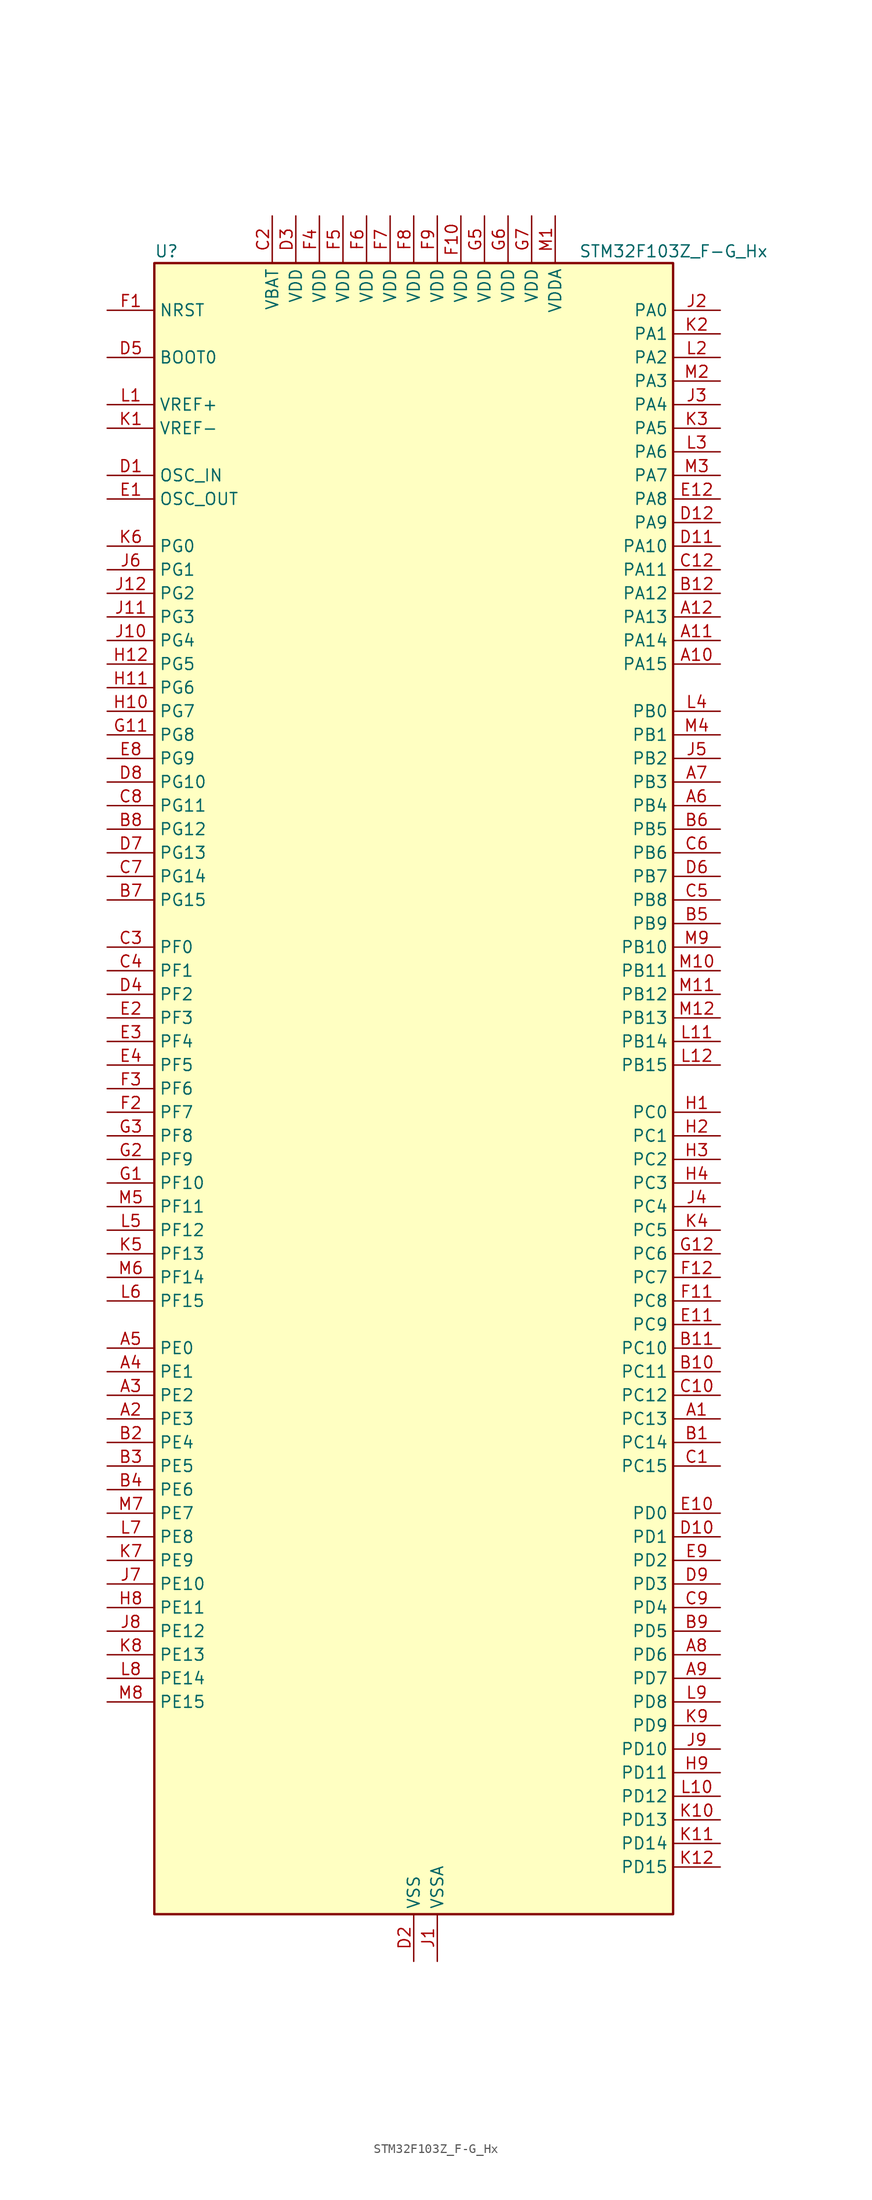
<source format=kicad_sym>
(kicad_symbol_lib
  (version 20241209)
  (generator "kicad_symbol_editor")
  (generator_version "9.0")
  (symbol "STM32F103Z_F-G_Hx"
    (property "Reference" "U"
      (at -27.94 90.17 0)
      (effects (font (size 1.27 1.27)) (justify left)))
    (property "Value" "STM32F103Z_F-G_Hx"
      (at 17.78 90.17 0)
      (effects (font (size 1.27 1.27)) (justify left)))
    (symbol "STM32F103Z_F-G_Hx_0_1"
      (rectangle (start -27.94 -88.9) (end 27.94 88.9) (stroke (width 0.254) (type default)) (fill (type background))))
    (symbol "STM32F103Z_F-G_Hx_1_1"
      (pin input line (at -33.02 83.82 0) (length 5.08) (name "NRST" (effects (font (size 1.27 1.27)))) (number "F1" (effects (font (size 1.27 1.27)))))
      (pin input line (at -33.02 78.74 0) (length 5.08) (name "BOOT0" (effects (font (size 1.27 1.27)))) (number "D5" (effects (font (size 1.27 1.27)))))
      (pin input line (at -33.02 73.66 0) (length 5.08) (name "VREF+" (effects (font (size 1.27 1.27)))) (number "L1" (effects (font (size 1.27 1.27)))))
      (pin input line (at -33.02 71.12 0) (length 5.08) (name "VREF-" (effects (font (size 1.27 1.27)))) (number "K1" (effects (font (size 1.27 1.27)))))
      (pin input line (at -33.02 66.04 0) (length 5.08) (name "OSC_IN" (effects (font (size 1.27 1.27)))) (number "D1" (effects (font (size 1.27 1.27)))) (alternate "RCC_OSC_IN" bidirectional line))
      (pin input line (at -33.02 63.5 0) (length 5.08) (name "OSC_OUT" (effects (font (size 1.27 1.27)))) (number "E1" (effects (font (size 1.27 1.27)))) (alternate "RCC_OSC_OUT" bidirectional line))
      (pin bidirectional line (at -33.02 58.42 0) (length 5.08) (name "PG0" (effects (font (size 1.27 1.27)))) (number "K6" (effects (font (size 1.27 1.27)))) (alternate "FSMC_A10" bidirectional line))
      (pin bidirectional line (at -33.02 55.88 0) (length 5.08) (name "PG1" (effects (font (size 1.27 1.27)))) (number "J6" (effects (font (size 1.27 1.27)))) (alternate "FSMC_A11" bidirectional line))
      (pin bidirectional line (at -33.02 53.34 0) (length 5.08) (name "PG2" (effects (font (size 1.27 1.27)))) (number "J12" (effects (font (size 1.27 1.27)))) (alternate "FSMC_A12" bidirectional line))
      (pin bidirectional line (at -33.02 50.8 0) (length 5.08) (name "PG3" (effects (font (size 1.27 1.27)))) (number "J11" (effects (font (size 1.27 1.27)))) (alternate "FSMC_A13" bidirectional line))
      (pin bidirectional line (at -33.02 48.26 0) (length 5.08) (name "PG4" (effects (font (size 1.27 1.27)))) (number "J10" (effects (font (size 1.27 1.27)))) (alternate "FSMC_A14" bidirectional line))
      (pin bidirectional line (at -33.02 45.72 0) (length 5.08) (name "PG5" (effects (font (size 1.27 1.27)))) (number "H12" (effects (font (size 1.27 1.27)))) (alternate "FSMC_A15" bidirectional line))
      (pin bidirectional line (at -33.02 43.18 0) (length 5.08) (name "PG6" (effects (font (size 1.27 1.27)))) (number "H11" (effects (font (size 1.27 1.27)))) (alternate "FSMC_INT2" bidirectional line))
      (pin bidirectional line (at -33.02 40.64 0) (length 5.08) (name "PG7" (effects (font (size 1.27 1.27)))) (number "H10" (effects (font (size 1.27 1.27)))) (alternate "FSMC_INT3" bidirectional line))
      (pin bidirectional line (at -33.02 38.1 0) (length 5.08) (name "PG8" (effects (font (size 1.27 1.27)))) (number "G11" (effects (font (size 1.27 1.27)))))
      (pin bidirectional line (at -33.02 35.56 0) (length 5.08) (name "PG9" (effects (font (size 1.27 1.27)))) (number "E8" (effects (font (size 1.27 1.27)))) (alternate "DAC_EXTI9" bidirectional line) (alternate "FSMC_NCE3" bidirectional line) (alternate "FSMC_NE2" bidirectional line))
      (pin bidirectional line (at -33.02 33.02 0) (length 5.08) (name "PG10" (effects (font (size 1.27 1.27)))) (number "D8" (effects (font (size 1.27 1.27)))) (alternate "FSMC_NCE4_1" bidirectional line) (alternate "FSMC_NE3" bidirectional line))
      (pin bidirectional line (at -33.02 30.48 0) (length 5.08) (name "PG11" (effects (font (size 1.27 1.27)))) (number "C8" (effects (font (size 1.27 1.27)))) (alternate "ADC1_EXTI11" bidirectional line) (alternate "ADC2_EXTI11" bidirectional line) (alternate "FSMC_NCE4_2" bidirectional line))
      (pin bidirectional line (at -33.02 27.94 0) (length 5.08) (name "PG12" (effects (font (size 1.27 1.27)))) (number "B8" (effects (font (size 1.27 1.27)))) (alternate "FSMC_NE4" bidirectional line))
      (pin bidirectional line (at -33.02 25.4 0) (length 5.08) (name "PG13" (effects (font (size 1.27 1.27)))) (number "D7" (effects (font (size 1.27 1.27)))) (alternate "FSMC_A24" bidirectional line))
      (pin bidirectional line (at -33.02 22.86 0) (length 5.08) (name "PG14" (effects (font (size 1.27 1.27)))) (number "C7" (effects (font (size 1.27 1.27)))) (alternate "FSMC_A25" bidirectional line))
      (pin bidirectional line (at -33.02 20.32 0) (length 5.08) (name "PG15" (effects (font (size 1.27 1.27)))) (number "B7" (effects (font (size 1.27 1.27)))) (alternate "ADC1_EXTI15" bidirectional line) (alternate "ADC2_EXTI15" bidirectional line))
      (pin bidirectional line (at -33.02 15.24 0) (length 5.08) (name "PF0" (effects (font (size 1.27 1.27)))) (number "C3" (effects (font (size 1.27 1.27)))) (alternate "FSMC_A0" bidirectional line))
      (pin bidirectional line (at -33.02 12.7 0) (length 5.08) (name "PF1" (effects (font (size 1.27 1.27)))) (number "C4" (effects (font (size 1.27 1.27)))) (alternate "FSMC_A1" bidirectional line))
      (pin bidirectional line (at -33.02 10.16 0) (length 5.08) (name "PF2" (effects (font (size 1.27 1.27)))) (number "D4" (effects (font (size 1.27 1.27)))) (alternate "FSMC_A2" bidirectional line))
      (pin bidirectional line (at -33.02 7.62 0) (length 5.08) (name "PF3" (effects (font (size 1.27 1.27)))) (number "E2" (effects (font (size 1.27 1.27)))) (alternate "FSMC_A3" bidirectional line))
      (pin bidirectional line (at -33.02 5.08 0) (length 5.08) (name "PF4" (effects (font (size 1.27 1.27)))) (number "E3" (effects (font (size 1.27 1.27)))) (alternate "FSMC_A4" bidirectional line))
      (pin bidirectional line (at -33.02 2.54 0) (length 5.08) (name "PF5" (effects (font (size 1.27 1.27)))) (number "E4" (effects (font (size 1.27 1.27)))) (alternate "FSMC_A5" bidirectional line))
      (pin bidirectional line (at -33.02 0 0) (length 5.08) (name "PF6" (effects (font (size 1.27 1.27)))) (number "F3" (effects (font (size 1.27 1.27)))) (alternate "ADC3_IN4" bidirectional line) (alternate "FSMC_NIORD" bidirectional line) (alternate "TIM10_CH1" bidirectional line))
      (pin bidirectional line (at -33.02 -2.54 0) (length 5.08) (name "PF7" (effects (font (size 1.27 1.27)))) (number "F2" (effects (font (size 1.27 1.27)))) (alternate "ADC3_IN5" bidirectional line) (alternate "FSMC_NREG" bidirectional line) (alternate "TIM11_CH1" bidirectional line))
      (pin bidirectional line (at -33.02 -5.08 0) (length 5.08) (name "PF8" (effects (font (size 1.27 1.27)))) (number "G3" (effects (font (size 1.27 1.27)))) (alternate "ADC3_IN6" bidirectional line) (alternate "FSMC_NIOWR" bidirectional line) (alternate "TIM13_CH1" bidirectional line))
      (pin bidirectional line (at -33.02 -7.62 0) (length 5.08) (name "PF9" (effects (font (size 1.27 1.27)))) (number "G2" (effects (font (size 1.27 1.27)))) (alternate "ADC3_IN7" bidirectional line) (alternate "DAC_EXTI9" bidirectional line) (alternate "FSMC_CD" bidirectional line) (alternate "TIM14_CH1" bidirectional line))
      (pin bidirectional line (at -33.02 -10.16 0) (length 5.08) (name "PF10" (effects (font (size 1.27 1.27)))) (number "G1" (effects (font (size 1.27 1.27)))) (alternate "ADC3_IN8" bidirectional line) (alternate "FSMC_INTR" bidirectional line))
      (pin bidirectional line (at -33.02 -12.7 0) (length 5.08) (name "PF11" (effects (font (size 1.27 1.27)))) (number "M5" (effects (font (size 1.27 1.27)))) (alternate "ADC1_EXTI11" bidirectional line) (alternate "ADC2_EXTI11" bidirectional line) (alternate "FSMC_NIOS16" bidirectional line))
      (pin bidirectional line (at -33.02 -15.24 0) (length 5.08) (name "PF12" (effects (font (size 1.27 1.27)))) (number "L5" (effects (font (size 1.27 1.27)))) (alternate "FSMC_A6" bidirectional line))
      (pin bidirectional line (at -33.02 -17.78 0) (length 5.08) (name "PF13" (effects (font (size 1.27 1.27)))) (number "K5" (effects (font (size 1.27 1.27)))) (alternate "FSMC_A7" bidirectional line))
      (pin bidirectional line (at -33.02 -20.32 0) (length 5.08) (name "PF14" (effects (font (size 1.27 1.27)))) (number "M6" (effects (font (size 1.27 1.27)))) (alternate "FSMC_A8" bidirectional line))
      (pin bidirectional line (at -33.02 -22.86 0) (length 5.08) (name "PF15" (effects (font (size 1.27 1.27)))) (number "L6" (effects (font (size 1.27 1.27)))) (alternate "ADC1_EXTI15" bidirectional line) (alternate "ADC2_EXTI15" bidirectional line) (alternate "FSMC_A9" bidirectional line))
      (pin bidirectional line (at -33.02 -27.94 0) (length 5.08) (name "PE0" (effects (font (size 1.27 1.27)))) (number "A5" (effects (font (size 1.27 1.27)))) (alternate "FSMC_NBL0" bidirectional line) (alternate "TIM4_ETR" bidirectional line))
      (pin bidirectional line (at -33.02 -30.48 0) (length 5.08) (name "PE1" (effects (font (size 1.27 1.27)))) (number "A4" (effects (font (size 1.27 1.27)))) (alternate "FSMC_NBL1" bidirectional line))
      (pin bidirectional line (at -33.02 -33.02 0) (length 5.08) (name "PE2" (effects (font (size 1.27 1.27)))) (number "A3" (effects (font (size 1.27 1.27)))) (alternate "FSMC_A23" bidirectional line) (alternate "SYS_TRACECLK" bidirectional line))
      (pin bidirectional line (at -33.02 -35.56 0) (length 5.08) (name "PE3" (effects (font (size 1.27 1.27)))) (number "A2" (effects (font (size 1.27 1.27)))) (alternate "FSMC_A19" bidirectional line) (alternate "SYS_TRACED0" bidirectional line))
      (pin bidirectional line (at -33.02 -38.1 0) (length 5.08) (name "PE4" (effects (font (size 1.27 1.27)))) (number "B2" (effects (font (size 1.27 1.27)))) (alternate "FSMC_A20" bidirectional line) (alternate "SYS_TRACED1" bidirectional line))
      (pin bidirectional line (at -33.02 -40.64 0) (length 5.08) (name "PE5" (effects (font (size 1.27 1.27)))) (number "B3" (effects (font (size 1.27 1.27)))) (alternate "FSMC_A21" bidirectional line) (alternate "SYS_TRACED2" bidirectional line) (alternate "TIM9_CH1" bidirectional line))
      (pin bidirectional line (at -33.02 -43.18 0) (length 5.08) (name "PE6" (effects (font (size 1.27 1.27)))) (number "B4" (effects (font (size 1.27 1.27)))) (alternate "FSMC_A22" bidirectional line) (alternate "SYS_TRACED3" bidirectional line) (alternate "TIM9_CH2" bidirectional line))
      (pin bidirectional line (at -33.02 -45.72 0) (length 5.08) (name "PE7" (effects (font (size 1.27 1.27)))) (number "M7" (effects (font (size 1.27 1.27)))) (alternate "FSMC_D4" bidirectional line) (alternate "FSMC_DA4" bidirectional line) (alternate "TIM1_ETR" bidirectional line))
      (pin bidirectional line (at -33.02 -48.26 0) (length 5.08) (name "PE8" (effects (font (size 1.27 1.27)))) (number "L7" (effects (font (size 1.27 1.27)))) (alternate "FSMC_D5" bidirectional line) (alternate "FSMC_DA5" bidirectional line) (alternate "TIM1_CH1N" bidirectional line))
      (pin bidirectional line (at -33.02 -50.8 0) (length 5.08) (name "PE9" (effects (font (size 1.27 1.27)))) (number "K7" (effects (font (size 1.27 1.27)))) (alternate "DAC_EXTI9" bidirectional line) (alternate "FSMC_D6" bidirectional line) (alternate "FSMC_DA6" bidirectional line) (alternate "TIM1_CH1" bidirectional line))
      (pin bidirectional line (at -33.02 -53.34 0) (length 5.08) (name "PE10" (effects (font (size 1.27 1.27)))) (number "J7" (effects (font (size 1.27 1.27)))) (alternate "FSMC_D7" bidirectional line) (alternate "FSMC_DA7" bidirectional line) (alternate "TIM1_CH2N" bidirectional line))
      (pin bidirectional line (at -33.02 -55.88 0) (length 5.08) (name "PE11" (effects (font (size 1.27 1.27)))) (number "H8" (effects (font (size 1.27 1.27)))) (alternate "ADC1_EXTI11" bidirectional line) (alternate "ADC2_EXTI11" bidirectional line) (alternate "FSMC_D8" bidirectional line) (alternate "FSMC_DA8" bidirectional line) (alternate "TIM1_CH2" bidirectional line))
      (pin bidirectional line (at -33.02 -58.42 0) (length 5.08) (name "PE12" (effects (font (size 1.27 1.27)))) (number "J8" (effects (font (size 1.27 1.27)))) (alternate "FSMC_D9" bidirectional line) (alternate "FSMC_DA9" bidirectional line) (alternate "TIM1_CH3N" bidirectional line))
      (pin bidirectional line (at -33.02 -60.96 0) (length 5.08) (name "PE13" (effects (font (size 1.27 1.27)))) (number "K8" (effects (font (size 1.27 1.27)))) (alternate "FSMC_D10" bidirectional line) (alternate "FSMC_DA10" bidirectional line) (alternate "TIM1_CH3" bidirectional line))
      (pin bidirectional line (at -33.02 -63.5 0) (length 5.08) (name "PE14" (effects (font (size 1.27 1.27)))) (number "L8" (effects (font (size 1.27 1.27)))) (alternate "FSMC_D11" bidirectional line) (alternate "FSMC_DA11" bidirectional line) (alternate "TIM1_CH4" bidirectional line))
      (pin bidirectional line (at -33.02 -66.04 0) (length 5.08) (name "PE15" (effects (font (size 1.27 1.27)))) (number "M8" (effects (font (size 1.27 1.27)))) (alternate "ADC1_EXTI15" bidirectional line) (alternate "ADC2_EXTI15" bidirectional line) (alternate "FSMC_D12" bidirectional line) (alternate "FSMC_DA12" bidirectional line) (alternate "TIM1_BKIN" bidirectional line))
      (pin no_connect line (at -27.94 -88.9 0) (length 5.08) (hide yes) (name "NC" (effects (font (size 1.27 1.27)))) (number "C11" (effects (font (size 1.27 1.27)))))
      (pin power_in line (at -15.24 93.98 270) (length 5.08) (name "VBAT" (effects (font (size 1.27 1.27)))) (number "C2" (effects (font (size 1.27 1.27)))))
      (pin power_in line (at -12.7 93.98 270) (length 5.08) (name "VDD" (effects (font (size 1.27 1.27)))) (number "D3" (effects (font (size 1.27 1.27)))))
      (pin power_in line (at -10.16 93.98 270) (length 5.08) (name "VDD" (effects (font (size 1.27 1.27)))) (number "F4" (effects (font (size 1.27 1.27)))))
      (pin power_in line (at -7.62 93.98 270) (length 5.08) (name "VDD" (effects (font (size 1.27 1.27)))) (number "F5" (effects (font (size 1.27 1.27)))))
      (pin power_in line (at -5.08 93.98 270) (length 5.08) (name "VDD" (effects (font (size 1.27 1.27)))) (number "F6" (effects (font (size 1.27 1.27)))))
      (pin power_in line (at -2.54 93.98 270) (length 5.08) (name "VDD" (effects (font (size 1.27 1.27)))) (number "F7" (effects (font (size 1.27 1.27)))))
      (pin power_in line (at 0 93.98 270) (length 5.08) (name "VDD" (effects (font (size 1.27 1.27)))) (number "F8" (effects (font (size 1.27 1.27)))))
      (pin power_in line (at 0 -93.98 90) (length 5.08) (name "VSS" (effects (font (size 1.27 1.27)))) (number "D2" (effects (font (size 1.27 1.27)))))
      (pin passive line (at 0 -93.98 90) (length 5.08) (hide yes) (name "VSS" (effects (font (size 1.27 1.27)))) (number "E5" (effects (font (size 1.27 1.27)))))
      (pin passive line (at 0 -93.98 90) (length 5.08) (hide yes) (name "VSS" (effects (font (size 1.27 1.27)))) (number "E6" (effects (font (size 1.27 1.27)))))
      (pin passive line (at 0 -93.98 90) (length 5.08) (hide yes) (name "VSS" (effects (font (size 1.27 1.27)))) (number "E7" (effects (font (size 1.27 1.27)))))
      (pin passive line (at 0 -93.98 90) (length 5.08) (hide yes) (name "VSS" (effects (font (size 1.27 1.27)))) (number "G10" (effects (font (size 1.27 1.27)))))
      (pin passive line (at 0 -93.98 90) (length 5.08) (hide yes) (name "VSS" (effects (font (size 1.27 1.27)))) (number "G4" (effects (font (size 1.27 1.27)))))
      (pin passive line (at 0 -93.98 90) (length 5.08) (hide yes) (name "VSS" (effects (font (size 1.27 1.27)))) (number "G8" (effects (font (size 1.27 1.27)))))
      (pin passive line (at 0 -93.98 90) (length 5.08) (hide yes) (name "VSS" (effects (font (size 1.27 1.27)))) (number "G9" (effects (font (size 1.27 1.27)))))
      (pin passive line (at 0 -93.98 90) (length 5.08) (hide yes) (name "VSS" (effects (font (size 1.27 1.27)))) (number "H5" (effects (font (size 1.27 1.27)))))
      (pin passive line (at 0 -93.98 90) (length 5.08) (hide yes) (name "VSS" (effects (font (size 1.27 1.27)))) (number "H6" (effects (font (size 1.27 1.27)))))
      (pin passive line (at 0 -93.98 90) (length 5.08) (hide yes) (name "VSS" (effects (font (size 1.27 1.27)))) (number "H7" (effects (font (size 1.27 1.27)))))
      (pin power_in line (at 2.54 93.98 270) (length 5.08) (name "VDD" (effects (font (size 1.27 1.27)))) (number "F9" (effects (font (size 1.27 1.27)))))
      (pin power_in line (at 2.54 -93.98 90) (length 5.08) (name "VSSA" (effects (font (size 1.27 1.27)))) (number "J1" (effects (font (size 1.27 1.27)))))
      (pin power_in line (at 5.08 93.98 270) (length 5.08) (name "VDD" (effects (font (size 1.27 1.27)))) (number "F10" (effects (font (size 1.27 1.27)))))
      (pin power_in line (at 7.62 93.98 270) (length 5.08) (name "VDD" (effects (font (size 1.27 1.27)))) (number "G5" (effects (font (size 1.27 1.27)))))
      (pin power_in line (at 10.16 93.98 270) (length 5.08) (name "VDD" (effects (font (size 1.27 1.27)))) (number "G6" (effects (font (size 1.27 1.27)))))
      (pin power_in line (at 12.7 93.98 270) (length 5.08) (name "VDD" (effects (font (size 1.27 1.27)))) (number "G7" (effects (font (size 1.27 1.27)))))
      (pin power_in line (at 15.24 93.98 270) (length 5.08) (name "VDDA" (effects (font (size 1.27 1.27)))) (number "M1" (effects (font (size 1.27 1.27)))))
      (pin bidirectional line (at 33.02 83.82 180) (length 5.08) (name "PA0" (effects (font (size 1.27 1.27)))) (number "J2" (effects (font (size 1.27 1.27)))) (alternate "ADC1_IN0" bidirectional line) (alternate "ADC2_IN0" bidirectional line) (alternate "ADC3_IN0" bidirectional line) (alternate "SYS_WKUP" bidirectional line) (alternate "TIM2_CH1" bidirectional line) (alternate "TIM2_ETR" bidirectional line) (alternate "TIM5_CH1" bidirectional line) (alternate "TIM8_ETR" bidirectional line) (alternate "USART2_CTS" bidirectional line))
      (pin bidirectional line (at 33.02 81.28 180) (length 5.08) (name "PA1" (effects (font (size 1.27 1.27)))) (number "K2" (effects (font (size 1.27 1.27)))) (alternate "ADC1_IN1" bidirectional line) (alternate "ADC2_IN1" bidirectional line) (alternate "ADC3_IN1" bidirectional line) (alternate "TIM2_CH2" bidirectional line) (alternate "TIM5_CH2" bidirectional line) (alternate "USART2_RTS" bidirectional line))
      (pin bidirectional line (at 33.02 78.74 180) (length 5.08) (name "PA2" (effects (font (size 1.27 1.27)))) (number "L2" (effects (font (size 1.27 1.27)))) (alternate "ADC1_IN2" bidirectional line) (alternate "ADC2_IN2" bidirectional line) (alternate "ADC3_IN2" bidirectional line) (alternate "TIM2_CH3" bidirectional line) (alternate "TIM5_CH3" bidirectional line) (alternate "TIM9_CH1" bidirectional line) (alternate "USART2_TX" bidirectional line))
      (pin bidirectional line (at 33.02 76.2 180) (length 5.08) (name "PA3" (effects (font (size 1.27 1.27)))) (number "M2" (effects (font (size 1.27 1.27)))) (alternate "ADC1_IN3" bidirectional line) (alternate "ADC2_IN3" bidirectional line) (alternate "ADC3_IN3" bidirectional line) (alternate "TIM2_CH4" bidirectional line) (alternate "TIM5_CH4" bidirectional line) (alternate "TIM9_CH2" bidirectional line) (alternate "USART2_RX" bidirectional line))
      (pin bidirectional line (at 33.02 73.66 180) (length 5.08) (name "PA4" (effects (font (size 1.27 1.27)))) (number "J3" (effects (font (size 1.27 1.27)))) (alternate "ADC1_IN4" bidirectional line) (alternate "ADC2_IN4" bidirectional line) (alternate "DAC_OUT1" bidirectional line) (alternate "SPI1_NSS" bidirectional line) (alternate "USART2_CK" bidirectional line))
      (pin bidirectional line (at 33.02 71.12 180) (length 5.08) (name "PA5" (effects (font (size 1.27 1.27)))) (number "K3" (effects (font (size 1.27 1.27)))) (alternate "ADC1_IN5" bidirectional line) (alternate "ADC2_IN5" bidirectional line) (alternate "DAC_OUT2" bidirectional line) (alternate "SPI1_SCK" bidirectional line))
      (pin bidirectional line (at 33.02 68.58 180) (length 5.08) (name "PA6" (effects (font (size 1.27 1.27)))) (number "L3" (effects (font (size 1.27 1.27)))) (alternate "ADC1_IN6" bidirectional line) (alternate "ADC2_IN6" bidirectional line) (alternate "SPI1_MISO" bidirectional line) (alternate "TIM13_CH1" bidirectional line) (alternate "TIM1_BKIN" bidirectional line) (alternate "TIM3_CH1" bidirectional line) (alternate "TIM8_BKIN" bidirectional line))
      (pin bidirectional line (at 33.02 66.04 180) (length 5.08) (name "PA7" (effects (font (size 1.27 1.27)))) (number "M3" (effects (font (size 1.27 1.27)))) (alternate "ADC1_IN7" bidirectional line) (alternate "ADC2_IN7" bidirectional line) (alternate "SPI1_MOSI" bidirectional line) (alternate "TIM14_CH1" bidirectional line) (alternate "TIM1_CH1N" bidirectional line) (alternate "TIM3_CH2" bidirectional line) (alternate "TIM8_CH1N" bidirectional line))
      (pin bidirectional line (at 33.02 63.5 180) (length 5.08) (name "PA8" (effects (font (size 1.27 1.27)))) (number "E12" (effects (font (size 1.27 1.27)))) (alternate "RCC_MCO" bidirectional line) (alternate "TIM1_CH1" bidirectional line) (alternate "USART1_CK" bidirectional line))
      (pin bidirectional line (at 33.02 60.96 180) (length 5.08) (name "PA9" (effects (font (size 1.27 1.27)))) (number "D12" (effects (font (size 1.27 1.27)))) (alternate "DAC_EXTI9" bidirectional line) (alternate "TIM1_CH2" bidirectional line) (alternate "USART1_TX" bidirectional line))
      (pin bidirectional line (at 33.02 58.42 180) (length 5.08) (name "PA10" (effects (font (size 1.27 1.27)))) (number "D11" (effects (font (size 1.27 1.27)))) (alternate "TIM1_CH3" bidirectional line) (alternate "USART1_RX" bidirectional line))
      (pin bidirectional line (at 33.02 55.88 180) (length 5.08) (name "PA11" (effects (font (size 1.27 1.27)))) (number "C12" (effects (font (size 1.27 1.27)))) (alternate "ADC1_EXTI11" bidirectional line) (alternate "ADC2_EXTI11" bidirectional line) (alternate "CAN_RX" bidirectional line) (alternate "TIM1_CH4" bidirectional line) (alternate "USART1_CTS" bidirectional line) (alternate "USB_DM" bidirectional line))
      (pin bidirectional line (at 33.02 53.34 180) (length 5.08) (name "PA12" (effects (font (size 1.27 1.27)))) (number "B12" (effects (font (size 1.27 1.27)))) (alternate "CAN_TX" bidirectional line) (alternate "TIM1_ETR" bidirectional line) (alternate "USART1_RTS" bidirectional line) (alternate "USB_DP" bidirectional line))
      (pin bidirectional line (at 33.02 50.8 180) (length 5.08) (name "PA13" (effects (font (size 1.27 1.27)))) (number "A12" (effects (font (size 1.27 1.27)))) (alternate "SYS_JTMS-SWDIO" bidirectional line))
      (pin bidirectional line (at 33.02 48.26 180) (length 5.08) (name "PA14" (effects (font (size 1.27 1.27)))) (number "A11" (effects (font (size 1.27 1.27)))) (alternate "SYS_JTCK-SWCLK" bidirectional line))
      (pin bidirectional line (at 33.02 45.72 180) (length 5.08) (name "PA15" (effects (font (size 1.27 1.27)))) (number "A10" (effects (font (size 1.27 1.27)))) (alternate "ADC1_EXTI15" bidirectional line) (alternate "ADC2_EXTI15" bidirectional line) (alternate "I2S3_WS" bidirectional line) (alternate "SPI1_NSS" bidirectional line) (alternate "SPI3_NSS" bidirectional line) (alternate "SYS_JTDI" bidirectional line) (alternate "TIM2_CH1" bidirectional line) (alternate "TIM2_ETR" bidirectional line))
      (pin bidirectional line (at 33.02 40.64 180) (length 5.08) (name "PB0" (effects (font (size 1.27 1.27)))) (number "L4" (effects (font (size 1.27 1.27)))) (alternate "ADC1_IN8" bidirectional line) (alternate "ADC2_IN8" bidirectional line) (alternate "TIM1_CH2N" bidirectional line) (alternate "TIM3_CH3" bidirectional line) (alternate "TIM8_CH2N" bidirectional line))
      (pin bidirectional line (at 33.02 38.1 180) (length 5.08) (name "PB1" (effects (font (size 1.27 1.27)))) (number "M4" (effects (font (size 1.27 1.27)))) (alternate "ADC1_IN9" bidirectional line) (alternate "ADC2_IN9" bidirectional line) (alternate "TIM1_CH3N" bidirectional line) (alternate "TIM3_CH4" bidirectional line) (alternate "TIM8_CH3N" bidirectional line))
      (pin bidirectional line (at 33.02 35.56 180) (length 5.08) (name "PB2" (effects (font (size 1.27 1.27)))) (number "J5" (effects (font (size 1.27 1.27)))))
      (pin bidirectional line (at 33.02 33.02 180) (length 5.08) (name "PB3" (effects (font (size 1.27 1.27)))) (number "A7" (effects (font (size 1.27 1.27)))) (alternate "I2S3_CK" bidirectional line) (alternate "SPI1_SCK" bidirectional line) (alternate "SPI3_SCK" bidirectional line) (alternate "SYS_JTDO-TRACESWO" bidirectional line) (alternate "TIM2_CH2" bidirectional line))
      (pin bidirectional line (at 33.02 30.48 180) (length 5.08) (name "PB4" (effects (font (size 1.27 1.27)))) (number "A6" (effects (font (size 1.27 1.27)))) (alternate "SPI1_MISO" bidirectional line) (alternate "SPI3_MISO" bidirectional line) (alternate "SYS_NJTRST" bidirectional line) (alternate "TIM3_CH1" bidirectional line))
      (pin bidirectional line (at 33.02 27.94 180) (length 5.08) (name "PB5" (effects (font (size 1.27 1.27)))) (number "B6" (effects (font (size 1.27 1.27)))) (alternate "I2C1_SMBA" bidirectional line) (alternate "I2S3_SD" bidirectional line) (alternate "SPI1_MOSI" bidirectional line) (alternate "SPI3_MOSI" bidirectional line) (alternate "TIM3_CH2" bidirectional line))
      (pin bidirectional line (at 33.02 25.4 180) (length 5.08) (name "PB6" (effects (font (size 1.27 1.27)))) (number "C6" (effects (font (size 1.27 1.27)))) (alternate "I2C1_SCL" bidirectional line) (alternate "TIM4_CH1" bidirectional line) (alternate "USART1_TX" bidirectional line))
      (pin bidirectional line (at 33.02 22.86 180) (length 5.08) (name "PB7" (effects (font (size 1.27 1.27)))) (number "D6" (effects (font (size 1.27 1.27)))) (alternate "FSMC_NL" bidirectional line) (alternate "I2C1_SDA" bidirectional line) (alternate "TIM4_CH2" bidirectional line) (alternate "USART1_RX" bidirectional line))
      (pin bidirectional line (at 33.02 20.32 180) (length 5.08) (name "PB8" (effects (font (size 1.27 1.27)))) (number "C5" (effects (font (size 1.27 1.27)))) (alternate "CAN_RX" bidirectional line) (alternate "I2C1_SCL" bidirectional line) (alternate "SDIO_D4" bidirectional line) (alternate "TIM10_CH1" bidirectional line) (alternate "TIM4_CH3" bidirectional line))
      (pin bidirectional line (at 33.02 17.78 180) (length 5.08) (name "PB9" (effects (font (size 1.27 1.27)))) (number "B5" (effects (font (size 1.27 1.27)))) (alternate "CAN_TX" bidirectional line) (alternate "DAC_EXTI9" bidirectional line) (alternate "I2C1_SDA" bidirectional line) (alternate "SDIO_D5" bidirectional line) (alternate "TIM11_CH1" bidirectional line) (alternate "TIM4_CH4" bidirectional line))
      (pin bidirectional line (at 33.02 15.24 180) (length 5.08) (name "PB10" (effects (font (size 1.27 1.27)))) (number "M9" (effects (font (size 1.27 1.27)))) (alternate "I2C2_SCL" bidirectional line) (alternate "TIM2_CH3" bidirectional line) (alternate "USART3_TX" bidirectional line))
      (pin bidirectional line (at 33.02 12.7 180) (length 5.08) (name "PB11" (effects (font (size 1.27 1.27)))) (number "M10" (effects (font (size 1.27 1.27)))) (alternate "ADC1_EXTI11" bidirectional line) (alternate "ADC2_EXTI11" bidirectional line) (alternate "I2C2_SDA" bidirectional line) (alternate "TIM2_CH4" bidirectional line) (alternate "USART3_RX" bidirectional line))
      (pin bidirectional line (at 33.02 10.16 180) (length 5.08) (name "PB12" (effects (font (size 1.27 1.27)))) (number "M11" (effects (font (size 1.27 1.27)))) (alternate "I2C2_SMBA" bidirectional line) (alternate "I2S2_WS" bidirectional line) (alternate "SPI2_NSS" bidirectional line) (alternate "TIM1_BKIN" bidirectional line) (alternate "USART3_CK" bidirectional line))
      (pin bidirectional line (at 33.02 7.62 180) (length 5.08) (name "PB13" (effects (font (size 1.27 1.27)))) (number "M12" (effects (font (size 1.27 1.27)))) (alternate "I2S2_CK" bidirectional line) (alternate "SPI2_SCK" bidirectional line) (alternate "TIM1_CH1N" bidirectional line) (alternate "USART3_CTS" bidirectional line))
      (pin bidirectional line (at 33.02 5.08 180) (length 5.08) (name "PB14" (effects (font (size 1.27 1.27)))) (number "L11" (effects (font (size 1.27 1.27)))) (alternate "SPI2_MISO" bidirectional line) (alternate "TIM12_CH1" bidirectional line) (alternate "TIM1_CH2N" bidirectional line) (alternate "USART3_RTS" bidirectional line))
      (pin bidirectional line (at 33.02 2.54 180) (length 5.08) (name "PB15" (effects (font (size 1.27 1.27)))) (number "L12" (effects (font (size 1.27 1.27)))) (alternate "ADC1_EXTI15" bidirectional line) (alternate "ADC2_EXTI15" bidirectional line) (alternate "I2S2_SD" bidirectional line) (alternate "SPI2_MOSI" bidirectional line) (alternate "TIM12_CH2" bidirectional line) (alternate "TIM1_CH3N" bidirectional line))
      (pin bidirectional line (at 33.02 -2.54 180) (length 5.08) (name "PC0" (effects (font (size 1.27 1.27)))) (number "H1" (effects (font (size 1.27 1.27)))) (alternate "ADC1_IN10" bidirectional line) (alternate "ADC2_IN10" bidirectional line) (alternate "ADC3_IN10" bidirectional line))
      (pin bidirectional line (at 33.02 -5.08 180) (length 5.08) (name "PC1" (effects (font (size 1.27 1.27)))) (number "H2" (effects (font (size 1.27 1.27)))) (alternate "ADC1_IN11" bidirectional line) (alternate "ADC2_IN11" bidirectional line) (alternate "ADC3_IN11" bidirectional line))
      (pin bidirectional line (at 33.02 -7.62 180) (length 5.08) (name "PC2" (effects (font (size 1.27 1.27)))) (number "H3" (effects (font (size 1.27 1.27)))) (alternate "ADC1_IN12" bidirectional line) (alternate "ADC2_IN12" bidirectional line) (alternate "ADC3_IN12" bidirectional line))
      (pin bidirectional line (at 33.02 -10.16 180) (length 5.08) (name "PC3" (effects (font (size 1.27 1.27)))) (number "H4" (effects (font (size 1.27 1.27)))) (alternate "ADC1_IN13" bidirectional line) (alternate "ADC2_IN13" bidirectional line) (alternate "ADC3_IN13" bidirectional line))
      (pin bidirectional line (at 33.02 -12.7 180) (length 5.08) (name "PC4" (effects (font (size 1.27 1.27)))) (number "J4" (effects (font (size 1.27 1.27)))) (alternate "ADC1_IN14" bidirectional line) (alternate "ADC2_IN14" bidirectional line))
      (pin bidirectional line (at 33.02 -15.24 180) (length 5.08) (name "PC5" (effects (font (size 1.27 1.27)))) (number "K4" (effects (font (size 1.27 1.27)))) (alternate "ADC1_IN15" bidirectional line) (alternate "ADC2_IN15" bidirectional line))
      (pin bidirectional line (at 33.02 -17.78 180) (length 5.08) (name "PC6" (effects (font (size 1.27 1.27)))) (number "G12" (effects (font (size 1.27 1.27)))) (alternate "I2S2_MCK" bidirectional line) (alternate "SDIO_D6" bidirectional line) (alternate "TIM3_CH1" bidirectional line) (alternate "TIM8_CH1" bidirectional line))
      (pin bidirectional line (at 33.02 -20.32 180) (length 5.08) (name "PC7" (effects (font (size 1.27 1.27)))) (number "F12" (effects (font (size 1.27 1.27)))) (alternate "I2S3_MCK" bidirectional line) (alternate "SDIO_D7" bidirectional line) (alternate "TIM3_CH2" bidirectional line) (alternate "TIM8_CH2" bidirectional line))
      (pin bidirectional line (at 33.02 -22.86 180) (length 5.08) (name "PC8" (effects (font (size 1.27 1.27)))) (number "F11" (effects (font (size 1.27 1.27)))) (alternate "SDIO_D0" bidirectional line) (alternate "TIM3_CH3" bidirectional line) (alternate "TIM8_CH3" bidirectional line))
      (pin bidirectional line (at 33.02 -25.4 180) (length 5.08) (name "PC9" (effects (font (size 1.27 1.27)))) (number "E11" (effects (font (size 1.27 1.27)))) (alternate "DAC_EXTI9" bidirectional line) (alternate "SDIO_D1" bidirectional line) (alternate "TIM3_CH4" bidirectional line) (alternate "TIM8_CH4" bidirectional line))
      (pin bidirectional line (at 33.02 -27.94 180) (length 5.08) (name "PC10" (effects (font (size 1.27 1.27)))) (number "B11" (effects (font (size 1.27 1.27)))) (alternate "SDIO_D2" bidirectional line) (alternate "UART4_TX" bidirectional line) (alternate "USART3_TX" bidirectional line))
      (pin bidirectional line (at 33.02 -30.48 180) (length 5.08) (name "PC11" (effects (font (size 1.27 1.27)))) (number "B10" (effects (font (size 1.27 1.27)))) (alternate "ADC1_EXTI11" bidirectional line) (alternate "ADC2_EXTI11" bidirectional line) (alternate "SDIO_D3" bidirectional line) (alternate "UART4_RX" bidirectional line) (alternate "USART3_RX" bidirectional line))
      (pin bidirectional line (at 33.02 -33.02 180) (length 5.08) (name "PC12" (effects (font (size 1.27 1.27)))) (number "C10" (effects (font (size 1.27 1.27)))) (alternate "SDIO_CK" bidirectional line) (alternate "UART5_TX" bidirectional line) (alternate "USART3_CK" bidirectional line))
      (pin bidirectional line (at 33.02 -35.56 180) (length 5.08) (name "PC13" (effects (font (size 1.27 1.27)))) (number "A1" (effects (font (size 1.27 1.27)))) (alternate "RTC_OUT" bidirectional line) (alternate "RTC_TAMPER" bidirectional line))
      (pin bidirectional line (at 33.02 -38.1 180) (length 5.08) (name "PC14" (effects (font (size 1.27 1.27)))) (number "B1" (effects (font (size 1.27 1.27)))) (alternate "RCC_OSC32_IN" bidirectional line))
      (pin bidirectional line (at 33.02 -40.64 180) (length 5.08) (name "PC15" (effects (font (size 1.27 1.27)))) (number "C1" (effects (font (size 1.27 1.27)))) (alternate "ADC1_EXTI15" bidirectional line) (alternate "ADC2_EXTI15" bidirectional line) (alternate "RCC_OSC32_OUT" bidirectional line))
      (pin bidirectional line (at 33.02 -45.72 180) (length 5.08) (name "PD0" (effects (font (size 1.27 1.27)))) (number "E10" (effects (font (size 1.27 1.27)))) (alternate "CAN_RX" bidirectional line) (alternate "FSMC_D2" bidirectional line) (alternate "FSMC_DA2" bidirectional line))
      (pin bidirectional line (at 33.02 -48.26 180) (length 5.08) (name "PD1" (effects (font (size 1.27 1.27)))) (number "D10" (effects (font (size 1.27 1.27)))) (alternate "CAN_TX" bidirectional line) (alternate "FSMC_D3" bidirectional line) (alternate "FSMC_DA3" bidirectional line))
      (pin bidirectional line (at 33.02 -50.8 180) (length 5.08) (name "PD2" (effects (font (size 1.27 1.27)))) (number "E9" (effects (font (size 1.27 1.27)))) (alternate "SDIO_CMD" bidirectional line) (alternate "TIM3_ETR" bidirectional line) (alternate "UART5_RX" bidirectional line))
      (pin bidirectional line (at 33.02 -53.34 180) (length 5.08) (name "PD3" (effects (font (size 1.27 1.27)))) (number "D9" (effects (font (size 1.27 1.27)))) (alternate "FSMC_CLK" bidirectional line) (alternate "USART2_CTS" bidirectional line))
      (pin bidirectional line (at 33.02 -55.88 180) (length 5.08) (name "PD4" (effects (font (size 1.27 1.27)))) (number "C9" (effects (font (size 1.27 1.27)))) (alternate "FSMC_NOE" bidirectional line) (alternate "USART2_RTS" bidirectional line))
      (pin bidirectional line (at 33.02 -58.42 180) (length 5.08) (name "PD5" (effects (font (size 1.27 1.27)))) (number "B9" (effects (font (size 1.27 1.27)))) (alternate "FSMC_NWE" bidirectional line) (alternate "USART2_TX" bidirectional line))
      (pin bidirectional line (at 33.02 -60.96 180) (length 5.08) (name "PD6" (effects (font (size 1.27 1.27)))) (number "A8" (effects (font (size 1.27 1.27)))) (alternate "FSMC_NWAIT" bidirectional line) (alternate "USART2_RX" bidirectional line))
      (pin bidirectional line (at 33.02 -63.5 180) (length 5.08) (name "PD7" (effects (font (size 1.27 1.27)))) (number "A9" (effects (font (size 1.27 1.27)))) (alternate "FSMC_NCE2" bidirectional line) (alternate "FSMC_NE1" bidirectional line) (alternate "USART2_CK" bidirectional line))
      (pin bidirectional line (at 33.02 -66.04 180) (length 5.08) (name "PD8" (effects (font (size 1.27 1.27)))) (number "L9" (effects (font (size 1.27 1.27)))) (alternate "FSMC_D13" bidirectional line) (alternate "FSMC_DA13" bidirectional line) (alternate "USART3_TX" bidirectional line))
      (pin bidirectional line (at 33.02 -68.58 180) (length 5.08) (name "PD9" (effects (font (size 1.27 1.27)))) (number "K9" (effects (font (size 1.27 1.27)))) (alternate "DAC_EXTI9" bidirectional line) (alternate "FSMC_D14" bidirectional line) (alternate "FSMC_DA14" bidirectional line) (alternate "USART3_RX" bidirectional line))
      (pin bidirectional line (at 33.02 -71.12 180) (length 5.08) (name "PD10" (effects (font (size 1.27 1.27)))) (number "J9" (effects (font (size 1.27 1.27)))) (alternate "FSMC_D15" bidirectional line) (alternate "FSMC_DA15" bidirectional line) (alternate "USART3_CK" bidirectional line))
      (pin bidirectional line (at 33.02 -73.66 180) (length 5.08) (name "PD11" (effects (font (size 1.27 1.27)))) (number "H9" (effects (font (size 1.27 1.27)))) (alternate "ADC1_EXTI11" bidirectional line) (alternate "ADC2_EXTI11" bidirectional line) (alternate "FSMC_A16" bidirectional line) (alternate "FSMC_CLE" bidirectional line) (alternate "USART3_CTS" bidirectional line))
      (pin bidirectional line (at 33.02 -76.2 180) (length 5.08) (name "PD12" (effects (font (size 1.27 1.27)))) (number "L10" (effects (font (size 1.27 1.27)))) (alternate "FSMC_A17" bidirectional line) (alternate "FSMC_ALE" bidirectional line) (alternate "TIM4_CH1" bidirectional line) (alternate "USART3_RTS" bidirectional line))
      (pin bidirectional line (at 33.02 -78.74 180) (length 5.08) (name "PD13" (effects (font (size 1.27 1.27)))) (number "K10" (effects (font (size 1.27 1.27)))) (alternate "FSMC_A18" bidirectional line) (alternate "TIM4_CH2" bidirectional line))
      (pin bidirectional line (at 33.02 -81.28 180) (length 5.08) (name "PD14" (effects (font (size 1.27 1.27)))) (number "K11" (effects (font (size 1.27 1.27)))) (alternate "FSMC_D0" bidirectional line) (alternate "FSMC_DA0" bidirectional line) (alternate "TIM4_CH3" bidirectional line))
      (pin bidirectional line (at 33.02 -83.82 180) (length 5.08) (name "PD15" (effects (font (size 1.27 1.27)))) (number "K12" (effects (font (size 1.27 1.27)))) (alternate "ADC1_EXTI15" bidirectional line) (alternate "ADC2_EXTI15" bidirectional line) (alternate "FSMC_D1" bidirectional line) (alternate "FSMC_DA1" bidirectional line) (alternate "TIM4_CH4" bidirectional line)))))
</source>
